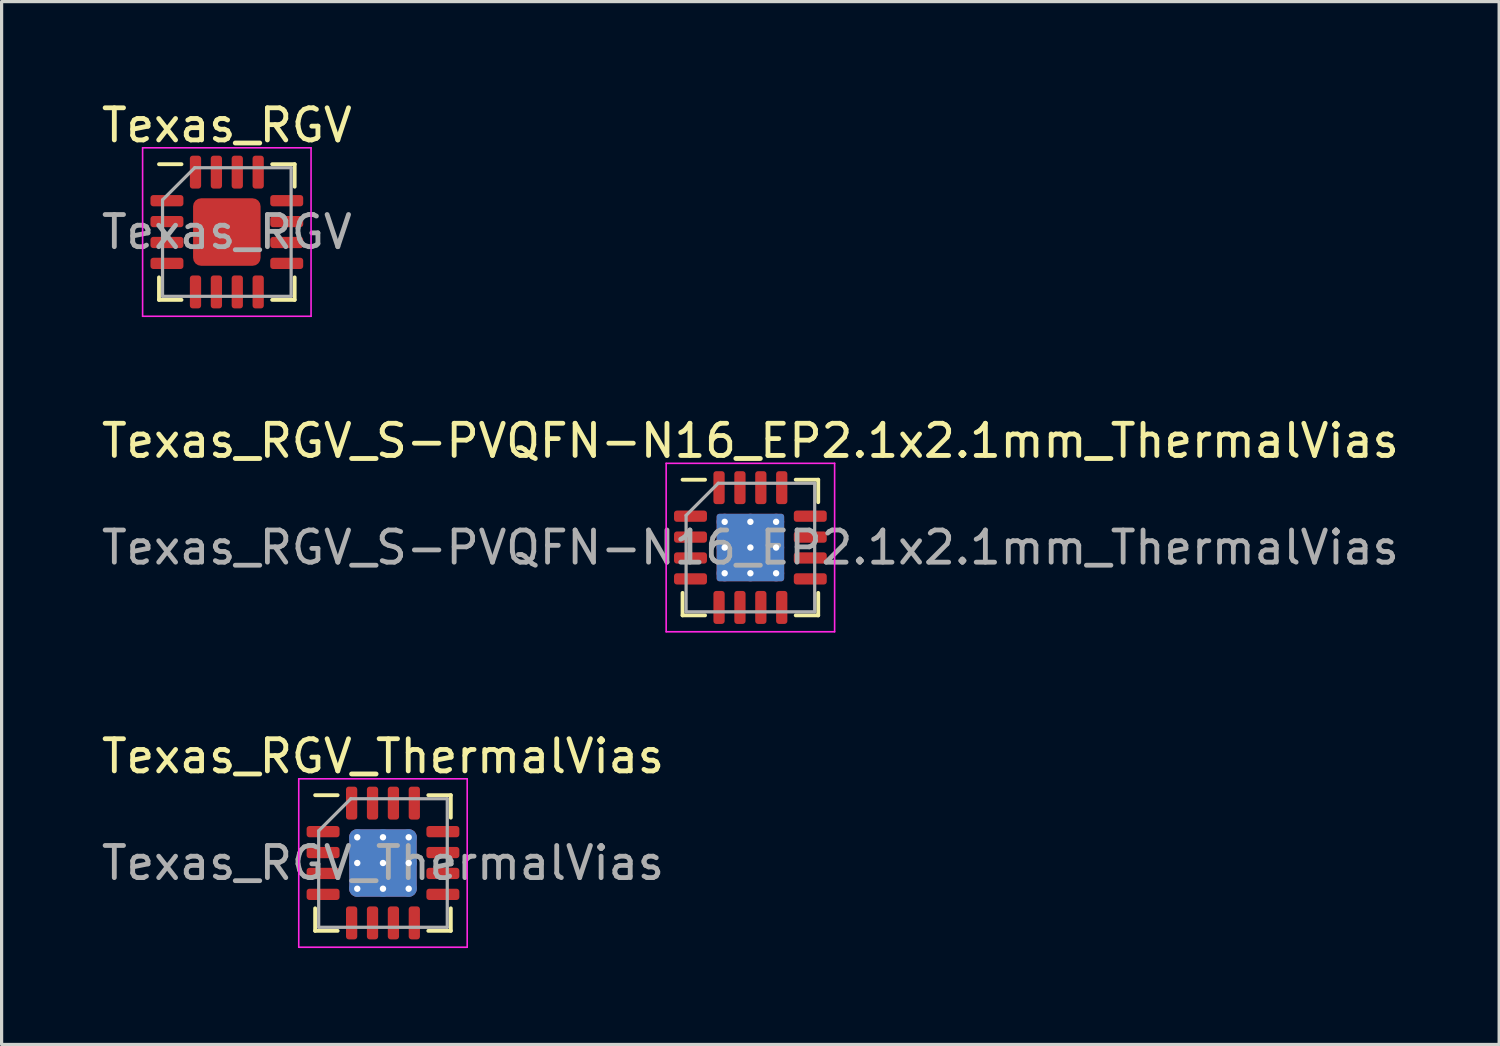
<source format=kicad_pcb>
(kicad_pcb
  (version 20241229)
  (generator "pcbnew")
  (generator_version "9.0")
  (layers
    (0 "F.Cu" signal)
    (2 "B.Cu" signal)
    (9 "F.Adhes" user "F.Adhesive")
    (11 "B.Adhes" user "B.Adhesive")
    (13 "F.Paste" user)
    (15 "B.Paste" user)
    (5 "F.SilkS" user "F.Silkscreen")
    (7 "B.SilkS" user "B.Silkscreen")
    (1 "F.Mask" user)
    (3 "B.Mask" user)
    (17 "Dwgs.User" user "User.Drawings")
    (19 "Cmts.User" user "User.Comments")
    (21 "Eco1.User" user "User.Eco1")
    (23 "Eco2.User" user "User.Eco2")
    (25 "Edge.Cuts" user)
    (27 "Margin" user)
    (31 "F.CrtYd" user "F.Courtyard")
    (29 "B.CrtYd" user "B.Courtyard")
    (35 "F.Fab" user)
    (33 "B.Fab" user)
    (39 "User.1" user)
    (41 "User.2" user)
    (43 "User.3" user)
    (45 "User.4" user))
  (footprint "Texas_RGV"
    (layer "F.Cu")
    (at 4.006 4.168)
    (property "Reference" "Texas_RGV" (at 0 -3.32 0) (layer "F.SilkS") (effects (font (size 1 1) (thickness 0.15))))
    (attr smd)
    (fp_line (start -2.11 2.11) (end -2.11 1.41) (stroke (width 0.12) (type solid)) (layer "F.SilkS"))
    (fp_line (start -1.41 -2.11) (end -2.11 -2.11) (stroke (width 0.12) (type solid)) (layer "F.SilkS"))
    (fp_line (start -1.41 2.11) (end -2.11 2.11) (stroke (width 0.12) (type solid)) (layer "F.SilkS"))
    (fp_line (start 1.41 -2.11) (end 2.11 -2.11) (stroke (width 0.12) (type solid)) (layer "F.SilkS"))
    (fp_line (start 1.41 2.11) (end 2.11 2.11) (stroke (width 0.12) (type solid)) (layer "F.SilkS"))
    (fp_line (start 2.11 -2.11) (end 2.11 -1.41) (stroke (width 0.12) (type solid)) (layer "F.SilkS"))
    (fp_line (start 2.11 2.11) (end 2.11 1.41) (stroke (width 0.12) (type solid)) (layer "F.SilkS"))
    (fp_line (start -2.62 -2.62) (end -2.62 2.62) (stroke (width 0.05) (type solid)) (layer "F.CrtYd"))
    (fp_line (start -2.62 2.62) (end 2.62 2.62) (stroke (width 0.05) (type solid)) (layer "F.CrtYd"))
    (fp_line (start 2.62 -2.62) (end -2.62 -2.62) (stroke (width 0.05) (type solid)) (layer "F.CrtYd"))
    (fp_line (start 2.62 2.62) (end 2.62 -2.62) (stroke (width 0.05) (type solid)) (layer "F.CrtYd"))
    (fp_line (start -2 -1) (end -1 -2) (stroke (width 0.1) (type solid)) (layer "F.Fab"))
    (fp_line (start -2 2) (end -2 -1) (stroke (width 0.1) (type solid)) (layer "F.Fab"))
    (fp_line (start -1 -2) (end 2 -2) (stroke (width 0.1) (type solid)) (layer "F.Fab"))
    (fp_line (start 2 -2) (end 2 2) (stroke (width 0.1) (type solid)) (layer "F.Fab"))
    (fp_line (start 2 2) (end -2 2) (stroke (width 0.1) (type solid)) (layer "F.Fab"))
    (fp_text user "${REFERENCE}" (at 0 0 0) (layer "F.Fab") (effects (font (size 1 1) (thickness 0.15))))
    (pad "" smd roundrect (at -0.7 -0.7) (size 0.56 0.56) (layers "F.Paste") (roundrect_rratio 0.25))
    (pad "" smd roundrect (at -0.7 0) (size 0.56 0.56) (layers "F.Paste") (roundrect_rratio 0.25))
    (pad "" smd roundrect (at -0.7 0.7) (size 0.56 0.56) (layers "F.Paste") (roundrect_rratio 0.25))
    (pad "" smd roundrect (at 0 -0.7) (size 0.56 0.56) (layers "F.Paste") (roundrect_rratio 0.25))
    (pad "" smd roundrect (at 0 0) (size 0.56 0.56) (layers "F.Paste") (roundrect_rratio 0.25))
    (pad "" smd roundrect (at 0 0.7) (size 0.56 0.56) (layers "F.Paste") (roundrect_rratio 0.25))
    (pad "" smd roundrect (at 0.7 -0.7) (size 0.56 0.56) (layers "F.Paste") (roundrect_rratio 0.25))
    (pad "" smd roundrect (at 0.7 0) (size 0.56 0.56) (layers "F.Paste") (roundrect_rratio 0.25))
    (pad "" smd roundrect (at 0.7 0.7) (size 0.56 0.56) (layers "F.Paste") (roundrect_rratio 0.25))
    (pad "1" smd roundrect (at -1.863 -0.975) (size 1.025 0.35) (layers "F.Cu" "F.Mask" "F.Paste") (roundrect_rratio 0.25))
    (pad "2" smd roundrect (at -1.863 -0.325) (size 1.025 0.35) (layers "F.Cu" "F.Mask" "F.Paste") (roundrect_rratio 0.25))
    (pad "3" smd roundrect (at -1.863 0.325) (size 1.025 0.35) (layers "F.Cu" "F.Mask" "F.Paste") (roundrect_rratio 0.25))
    (pad "4" smd roundrect (at -1.863 0.975) (size 1.025 0.35) (layers "F.Cu" "F.Mask" "F.Paste") (roundrect_rratio 0.25))
    (pad "5" smd roundrect (at -0.975 1.863) (size 0.35 1.025) (layers "F.Cu" "F.Mask" "F.Paste") (roundrect_rratio 0.25))
    (pad "6" smd roundrect (at -0.325 1.863) (size 0.35 1.025) (layers "F.Cu" "F.Mask" "F.Paste") (roundrect_rratio 0.25))
    (pad "7" smd roundrect (at 0.325 1.863) (size 0.35 1.025) (layers "F.Cu" "F.Mask" "F.Paste") (roundrect_rratio 0.25))
    (pad "8" smd roundrect (at 0.975 1.863) (size 0.35 1.025) (layers "F.Cu" "F.Mask" "F.Paste") (roundrect_rratio 0.25))
    (pad "9" smd roundrect (at 1.863 0.975) (size 1.025 0.35) (layers "F.Cu" "F.Mask" "F.Paste") (roundrect_rratio 0.25))
    (pad "10" smd roundrect (at 1.863 0.325) (size 1.025 0.35) (layers "F.Cu" "F.Mask" "F.Paste") (roundrect_rratio 0.25))
    (pad "11" smd roundrect (at 1.863 -0.325) (size 1.025 0.35) (layers "F.Cu" "F.Mask" "F.Paste") (roundrect_rratio 0.25))
    (pad "12" smd roundrect (at 1.863 -0.975) (size 1.025 0.35) (layers "F.Cu" "F.Mask" "F.Paste") (roundrect_rratio 0.25))
    (pad "13" smd roundrect (at 0.975 -1.863) (size 0.35 1.025) (layers "F.Cu" "F.Mask" "F.Paste") (roundrect_rratio 0.25))
    (pad "14" smd roundrect (at 0.325 -1.863) (size 0.35 1.025) (layers "F.Cu" "F.Mask" "F.Paste") (roundrect_rratio 0.25))
    (pad "15" smd roundrect (at -0.325 -1.863) (size 0.35 1.025) (layers "F.Cu" "F.Mask" "F.Paste") (roundrect_rratio 0.25))
    (pad "16" smd roundrect (at -0.975 -1.863) (size 0.35 1.025) (layers "F.Cu" "F.Mask" "F.Paste") (roundrect_rratio 0.25))
    (pad "17" smd roundrect (at 0 0) (size 2.1 2.1) (layers "F.Cu" "F.Mask") (roundrect_rratio 0.119)))
  (footprint "Texas_RGV_S-PVQFN-N16_EP2.1x2.1mm_ThermalVias"
    (layer "F.Cu")
    (at 20.292 13.982)
    (property "Reference" "Texas_RGV_S-PVQFN-N16_EP2.1x2.1mm_ThermalVias" (at 0 -3.32 0) (layer "F.SilkS") (effects (font (size 1 1) (thickness 0.15))))
    (attr smd)
    (fp_line (start -2.11 2.11) (end -2.11 1.41) (stroke (width 0.12) (type solid)) (layer "F.SilkS"))
    (fp_line (start -1.41 -2.11) (end -2.11 -2.11) (stroke (width 0.12) (type solid)) (layer "F.SilkS"))
    (fp_line (start -1.41 2.11) (end -2.11 2.11) (stroke (width 0.12) (type solid)) (layer "F.SilkS"))
    (fp_line (start 1.41 -2.11) (end 2.11 -2.11) (stroke (width 0.12) (type solid)) (layer "F.SilkS"))
    (fp_line (start 1.41 2.11) (end 2.11 2.11) (stroke (width 0.12) (type solid)) (layer "F.SilkS"))
    (fp_line (start 2.11 -2.11) (end 2.11 -1.41) (stroke (width 0.12) (type solid)) (layer "F.SilkS"))
    (fp_line (start 2.11 2.11) (end 2.11 1.41) (stroke (width 0.12) (type solid)) (layer "F.SilkS"))
    (fp_line (start -2.62 -2.62) (end -2.62 2.62) (stroke (width 0.05) (type solid)) (layer "F.CrtYd"))
    (fp_line (start -2.62 2.62) (end 2.62 2.62) (stroke (width 0.05) (type solid)) (layer "F.CrtYd"))
    (fp_line (start 2.62 -2.62) (end -2.62 -2.62) (stroke (width 0.05) (type solid)) (layer "F.CrtYd"))
    (fp_line (start 2.62 2.62) (end 2.62 -2.62) (stroke (width 0.05) (type solid)) (layer "F.CrtYd"))
    (fp_line (start -2 -1) (end -1 -2) (stroke (width 0.1) (type solid)) (layer "F.Fab"))
    (fp_line (start -2 2) (end -2 -1) (stroke (width 0.1) (type solid)) (layer "F.Fab"))
    (fp_line (start -1 -2) (end 2 -2) (stroke (width 0.1) (type solid)) (layer "F.Fab"))
    (fp_line (start 2 -2) (end 2 2) (stroke (width 0.1) (type solid)) (layer "F.Fab"))
    (fp_line (start 2 2) (end -2 2) (stroke (width 0.1) (type solid)) (layer "F.Fab"))
    (fp_text user "${REFERENCE}" (at 0 0 0) (layer "F.Fab") (effects (font (size 1 1) (thickness 0.15))))
    (pad "" smd roundrect (at -0.525 -0.525) (size 0.91 0.91) (layers "F.Paste") (roundrect_rratio 0.25))
    (pad "" smd roundrect (at -0.525 0.525) (size 0.91 0.91) (layers "F.Paste") (roundrect_rratio 0.25))
    (pad "" smd roundrect (at 0.525 -0.525) (size 0.91 0.91) (layers "F.Paste") (roundrect_rratio 0.25))
    (pad "" smd roundrect (at 0.525 0.525) (size 0.91 0.91) (layers "F.Paste") (roundrect_rratio 0.25))
    (pad "1" smd roundrect (at -1.863 -0.975) (size 1.025 0.35) (layers "F.Cu" "F.Mask" "F.Paste") (roundrect_rratio 0.25))
    (pad "2" smd roundrect (at -1.863 -0.325) (size 1.025 0.35) (layers "F.Cu" "F.Mask" "F.Paste") (roundrect_rratio 0.25))
    (pad "3" smd roundrect (at -1.863 0.325) (size 1.025 0.35) (layers "F.Cu" "F.Mask" "F.Paste") (roundrect_rratio 0.25))
    (pad "4" smd roundrect (at -1.863 0.975) (size 1.025 0.35) (layers "F.Cu" "F.Mask" "F.Paste") (roundrect_rratio 0.25))
    (pad "5" smd roundrect (at -0.975 1.863) (size 0.35 1.025) (layers "F.Cu" "F.Mask" "F.Paste") (roundrect_rratio 0.25))
    (pad "6" smd roundrect (at -0.325 1.863) (size 0.35 1.025) (layers "F.Cu" "F.Mask" "F.Paste") (roundrect_rratio 0.25))
    (pad "7" smd roundrect (at 0.325 1.863) (size 0.35 1.025) (layers "F.Cu" "F.Mask" "F.Paste") (roundrect_rratio 0.25))
    (pad "8" smd roundrect (at 0.975 1.863) (size 0.35 1.025) (layers "F.Cu" "F.Mask" "F.Paste") (roundrect_rratio 0.25))
    (pad "9" smd roundrect (at 1.863 0.975) (size 1.025 0.35) (layers "F.Cu" "F.Mask" "F.Paste") (roundrect_rratio 0.25))
    (pad "10" smd roundrect (at 1.863 0.325) (size 1.025 0.35) (layers "F.Cu" "F.Mask" "F.Paste") (roundrect_rratio 0.25))
    (pad "11" smd roundrect (at 1.863 -0.325) (size 1.025 0.35) (layers "F.Cu" "F.Mask" "F.Paste") (roundrect_rratio 0.25))
    (pad "12" smd roundrect (at 1.863 -0.975) (size 1.025 0.35) (layers "F.Cu" "F.Mask" "F.Paste") (roundrect_rratio 0.25))
    (pad "13" smd roundrect (at 0.975 -1.863) (size 0.35 1.025) (layers "F.Cu" "F.Mask" "F.Paste") (roundrect_rratio 0.25))
    (pad "14" smd roundrect (at 0.325 -1.863) (size 0.35 1.025) (layers "F.Cu" "F.Mask" "F.Paste") (roundrect_rratio 0.25))
    (pad "15" smd roundrect (at -0.325 -1.863) (size 0.35 1.025) (layers "F.Cu" "F.Mask" "F.Paste") (roundrect_rratio 0.25))
    (pad "16" smd roundrect (at -0.975 -1.863) (size 0.35 1.025) (layers "F.Cu" "F.Mask" "F.Paste") (roundrect_rratio 0.25))
    (pad "17" thru_hole circle (at -0.8 -0.8) (size 0.5 0.5) (drill 0.2) (layers "*.Cu"))
    (pad "17" thru_hole circle (at -0.8 0) (size 0.5 0.5) (drill 0.2) (layers "*.Cu"))
    (pad "17" thru_hole circle (at -0.8 0.8) (size 0.5 0.5) (drill 0.2) (layers "*.Cu"))
    (pad "17" thru_hole circle (at 0 -0.8) (size 0.5 0.5) (drill 0.2) (layers "*.Cu"))
    (pad "17" thru_hole circle (at 0 0) (size 0.5 0.5) (drill 0.2) (layers "*.Cu"))
    (pad "17" smd roundrect (at 0 0) (size 2.1 2.1) (layers "F.Cu" "F.Mask") (roundrect_rratio 0.042))
    (pad "17" smd roundrect (at 0 0) (size 2.1 2.1) (layers "B.Cu") (roundrect_rratio 0.042))
    (pad "17" thru_hole circle (at 0 0.8) (size 0.5 0.5) (drill 0.2) (layers "*.Cu"))
    (pad "17" thru_hole circle (at 0.8 -0.8) (size 0.5 0.5) (drill 0.2) (layers "*.Cu"))
    (pad "17" thru_hole circle (at 0.8 0) (size 0.5 0.5) (drill 0.2) (layers "*.Cu"))
    (pad "17" thru_hole circle (at 0.8 0.8) (size 0.5 0.5) (drill 0.2) (layers "*.Cu")))
  (footprint "Texas_RGV_ThermalVias"
    (layer "F.Cu")
    (at 8.863 23.795)
    (property "Reference" "Texas_RGV_ThermalVias" (at 0 -3.32 0) (layer "F.SilkS") (effects (font (size 1 1) (thickness 0.15))))
    (attr smd)
    (fp_line (start -2.11 2.11) (end -2.11 1.41) (stroke (width 0.12) (type solid)) (layer "F.SilkS"))
    (fp_line (start -1.41 -2.11) (end -2.11 -2.11) (stroke (width 0.12) (type solid)) (layer "F.SilkS"))
    (fp_line (start -1.41 2.11) (end -2.11 2.11) (stroke (width 0.12) (type solid)) (layer "F.SilkS"))
    (fp_line (start 1.41 -2.11) (end 2.11 -2.11) (stroke (width 0.12) (type solid)) (layer "F.SilkS"))
    (fp_line (start 1.41 2.11) (end 2.11 2.11) (stroke (width 0.12) (type solid)) (layer "F.SilkS"))
    (fp_line (start 2.11 -2.11) (end 2.11 -1.41) (stroke (width 0.12) (type solid)) (layer "F.SilkS"))
    (fp_line (start 2.11 2.11) (end 2.11 1.41) (stroke (width 0.12) (type solid)) (layer "F.SilkS"))
    (fp_line (start -2.62 -2.62) (end -2.62 2.62) (stroke (width 0.05) (type solid)) (layer "F.CrtYd"))
    (fp_line (start -2.62 2.62) (end 2.62 2.62) (stroke (width 0.05) (type solid)) (layer "F.CrtYd"))
    (fp_line (start 2.62 -2.62) (end -2.62 -2.62) (stroke (width 0.05) (type solid)) (layer "F.CrtYd"))
    (fp_line (start 2.62 2.62) (end 2.62 -2.62) (stroke (width 0.05) (type solid)) (layer "F.CrtYd"))
    (fp_line (start -2 -1) (end -1 -2) (stroke (width 0.1) (type solid)) (layer "F.Fab"))
    (fp_line (start -2 2) (end -2 -1) (stroke (width 0.1) (type solid)) (layer "F.Fab"))
    (fp_line (start -1 -2) (end 2 -2) (stroke (width 0.1) (type solid)) (layer "F.Fab"))
    (fp_line (start 2 -2) (end 2 2) (stroke (width 0.1) (type solid)) (layer "F.Fab"))
    (fp_line (start 2 2) (end -2 2) (stroke (width 0.1) (type solid)) (layer "F.Fab"))
    (fp_text user "${REFERENCE}" (at 0 0 0) (layer "F.Fab") (effects (font (size 1 1) (thickness 0.15))))
    (pad "" smd custom (at -0.4 -0.4) (size 0.583 0.583) (layers "F.Paste") (options (anchor circle)) (primitives (gr_poly (pts (xy -0.212 -0.08) (xy -0.08 -0.212) (xy 0.08 -0.212) (xy 0.212 -0.08) (xy 0.212 0.08) (xy 0.08 0.212) (xy -0.08 0.212) (xy -0.212 0.08)) (width 0.319) (fill yes))))
    (pad "" smd custom (at -0.4 0.4) (size 0.583 0.583) (layers "F.Paste") (options (anchor circle)) (primitives (gr_poly (pts (xy -0.212 -0.08) (xy -0.08 -0.212) (xy 0.08 -0.212) (xy 0.212 -0.08) (xy 0.212 0.08) (xy 0.08 0.212) (xy -0.08 0.212) (xy -0.212 0.08)) (width 0.319) (fill yes))))
    (pad "" smd custom (at 0.4 -0.4) (size 0.583 0.583) (layers "F.Paste") (options (anchor circle)) (primitives (gr_poly (pts (xy -0.212 -0.08) (xy -0.08 -0.212) (xy 0.08 -0.212) (xy 0.212 -0.08) (xy 0.212 0.08) (xy 0.08 0.212) (xy -0.08 0.212) (xy -0.212 0.08)) (width 0.319) (fill yes))))
    (pad "" smd custom (at 0.4 0.4) (size 0.583 0.583) (layers "F.Paste") (options (anchor circle)) (primitives (gr_poly (pts (xy -0.212 -0.08) (xy -0.08 -0.212) (xy 0.08 -0.212) (xy 0.212 -0.08) (xy 0.212 0.08) (xy 0.08 0.212) (xy -0.08 0.212) (xy -0.212 0.08)) (width 0.319) (fill yes))))
    (pad "1" smd roundrect (at -1.863 -0.975) (size 1.025 0.35) (layers "F.Cu" "F.Mask" "F.Paste") (roundrect_rratio 0.25))
    (pad "2" smd roundrect (at -1.863 -0.325) (size 1.025 0.35) (layers "F.Cu" "F.Mask" "F.Paste") (roundrect_rratio 0.25))
    (pad "3" smd roundrect (at -1.863 0.325) (size 1.025 0.35) (layers "F.Cu" "F.Mask" "F.Paste") (roundrect_rratio 0.25))
    (pad "4" smd roundrect (at -1.863 0.975) (size 1.025 0.35) (layers "F.Cu" "F.Mask" "F.Paste") (roundrect_rratio 0.25))
    (pad "5" smd roundrect (at -0.975 1.863) (size 0.35 1.025) (layers "F.Cu" "F.Mask" "F.Paste") (roundrect_rratio 0.25))
    (pad "6" smd roundrect (at -0.325 1.863) (size 0.35 1.025) (layers "F.Cu" "F.Mask" "F.Paste") (roundrect_rratio 0.25))
    (pad "7" smd roundrect (at 0.325 1.863) (size 0.35 1.025) (layers "F.Cu" "F.Mask" "F.Paste") (roundrect_rratio 0.25))
    (pad "8" smd roundrect (at 0.975 1.863) (size 0.35 1.025) (layers "F.Cu" "F.Mask" "F.Paste") (roundrect_rratio 0.25))
    (pad "9" smd roundrect (at 1.863 0.975) (size 1.025 0.35) (layers "F.Cu" "F.Mask" "F.Paste") (roundrect_rratio 0.25))
    (pad "10" smd roundrect (at 1.863 0.325) (size 1.025 0.35) (layers "F.Cu" "F.Mask" "F.Paste") (roundrect_rratio 0.25))
    (pad "11" smd roundrect (at 1.863 -0.325) (size 1.025 0.35) (layers "F.Cu" "F.Mask" "F.Paste") (roundrect_rratio 0.25))
    (pad "12" smd roundrect (at 1.863 -0.975) (size 1.025 0.35) (layers "F.Cu" "F.Mask" "F.Paste") (roundrect_rratio 0.25))
    (pad "13" smd roundrect (at 0.975 -1.863) (size 0.35 1.025) (layers "F.Cu" "F.Mask" "F.Paste") (roundrect_rratio 0.25))
    (pad "14" smd roundrect (at 0.325 -1.863) (size 0.35 1.025) (layers "F.Cu" "F.Mask" "F.Paste") (roundrect_rratio 0.25))
    (pad "15" smd roundrect (at -0.325 -1.863) (size 0.35 1.025) (layers "F.Cu" "F.Mask" "F.Paste") (roundrect_rratio 0.25))
    (pad "16" smd roundrect (at -0.975 -1.863) (size 0.35 1.025) (layers "F.Cu" "F.Mask" "F.Paste") (roundrect_rratio 0.25))
    (pad "17" thru_hole circle (at -0.8 -0.8) (size 0.5 0.5) (drill 0.2) (layers "*.Cu"))
    (pad "17" thru_hole circle (at -0.8 0) (size 0.5 0.5) (drill 0.2) (layers "*.Cu"))
    (pad "17" thru_hole circle (at -0.8 0.8) (size 0.5 0.5) (drill 0.2) (layers "*.Cu"))
    (pad "17" thru_hole circle (at 0 -0.8) (size 0.5 0.5) (drill 0.2) (layers "*.Cu"))
    (pad "17" thru_hole circle (at 0 0) (size 0.5 0.5) (drill 0.2) (layers "*.Cu"))
    (pad "17" smd roundrect (at 0 0) (size 2.1 2.1) (layers "F.Cu" "F.Mask") (roundrect_rratio 0.119))
    (pad "17" smd roundrect (at 0 0) (size 2.1 2.1) (layers "B.Cu") (roundrect_rratio 0.119))
    (pad "17" thru_hole circle (at 0 0.8) (size 0.5 0.5) (drill 0.2) (layers "*.Cu"))
    (pad "17" thru_hole circle (at 0.8 -0.8) (size 0.5 0.5) (drill 0.2) (layers "*.Cu"))
    (pad "17" thru_hole circle (at 0.8 0) (size 0.5 0.5) (drill 0.2) (layers "*.Cu"))
    (pad "17" thru_hole circle (at 0.8 0.8) (size 0.5 0.5) (drill 0.2) (layers "*.Cu")))
  (gr_rect
    (start -3 -3)
    (end 43.583 29.44)
    (stroke (width 0.1) (type default))
    (fill no)
    (layer "Edge.Cuts")))
</source>
